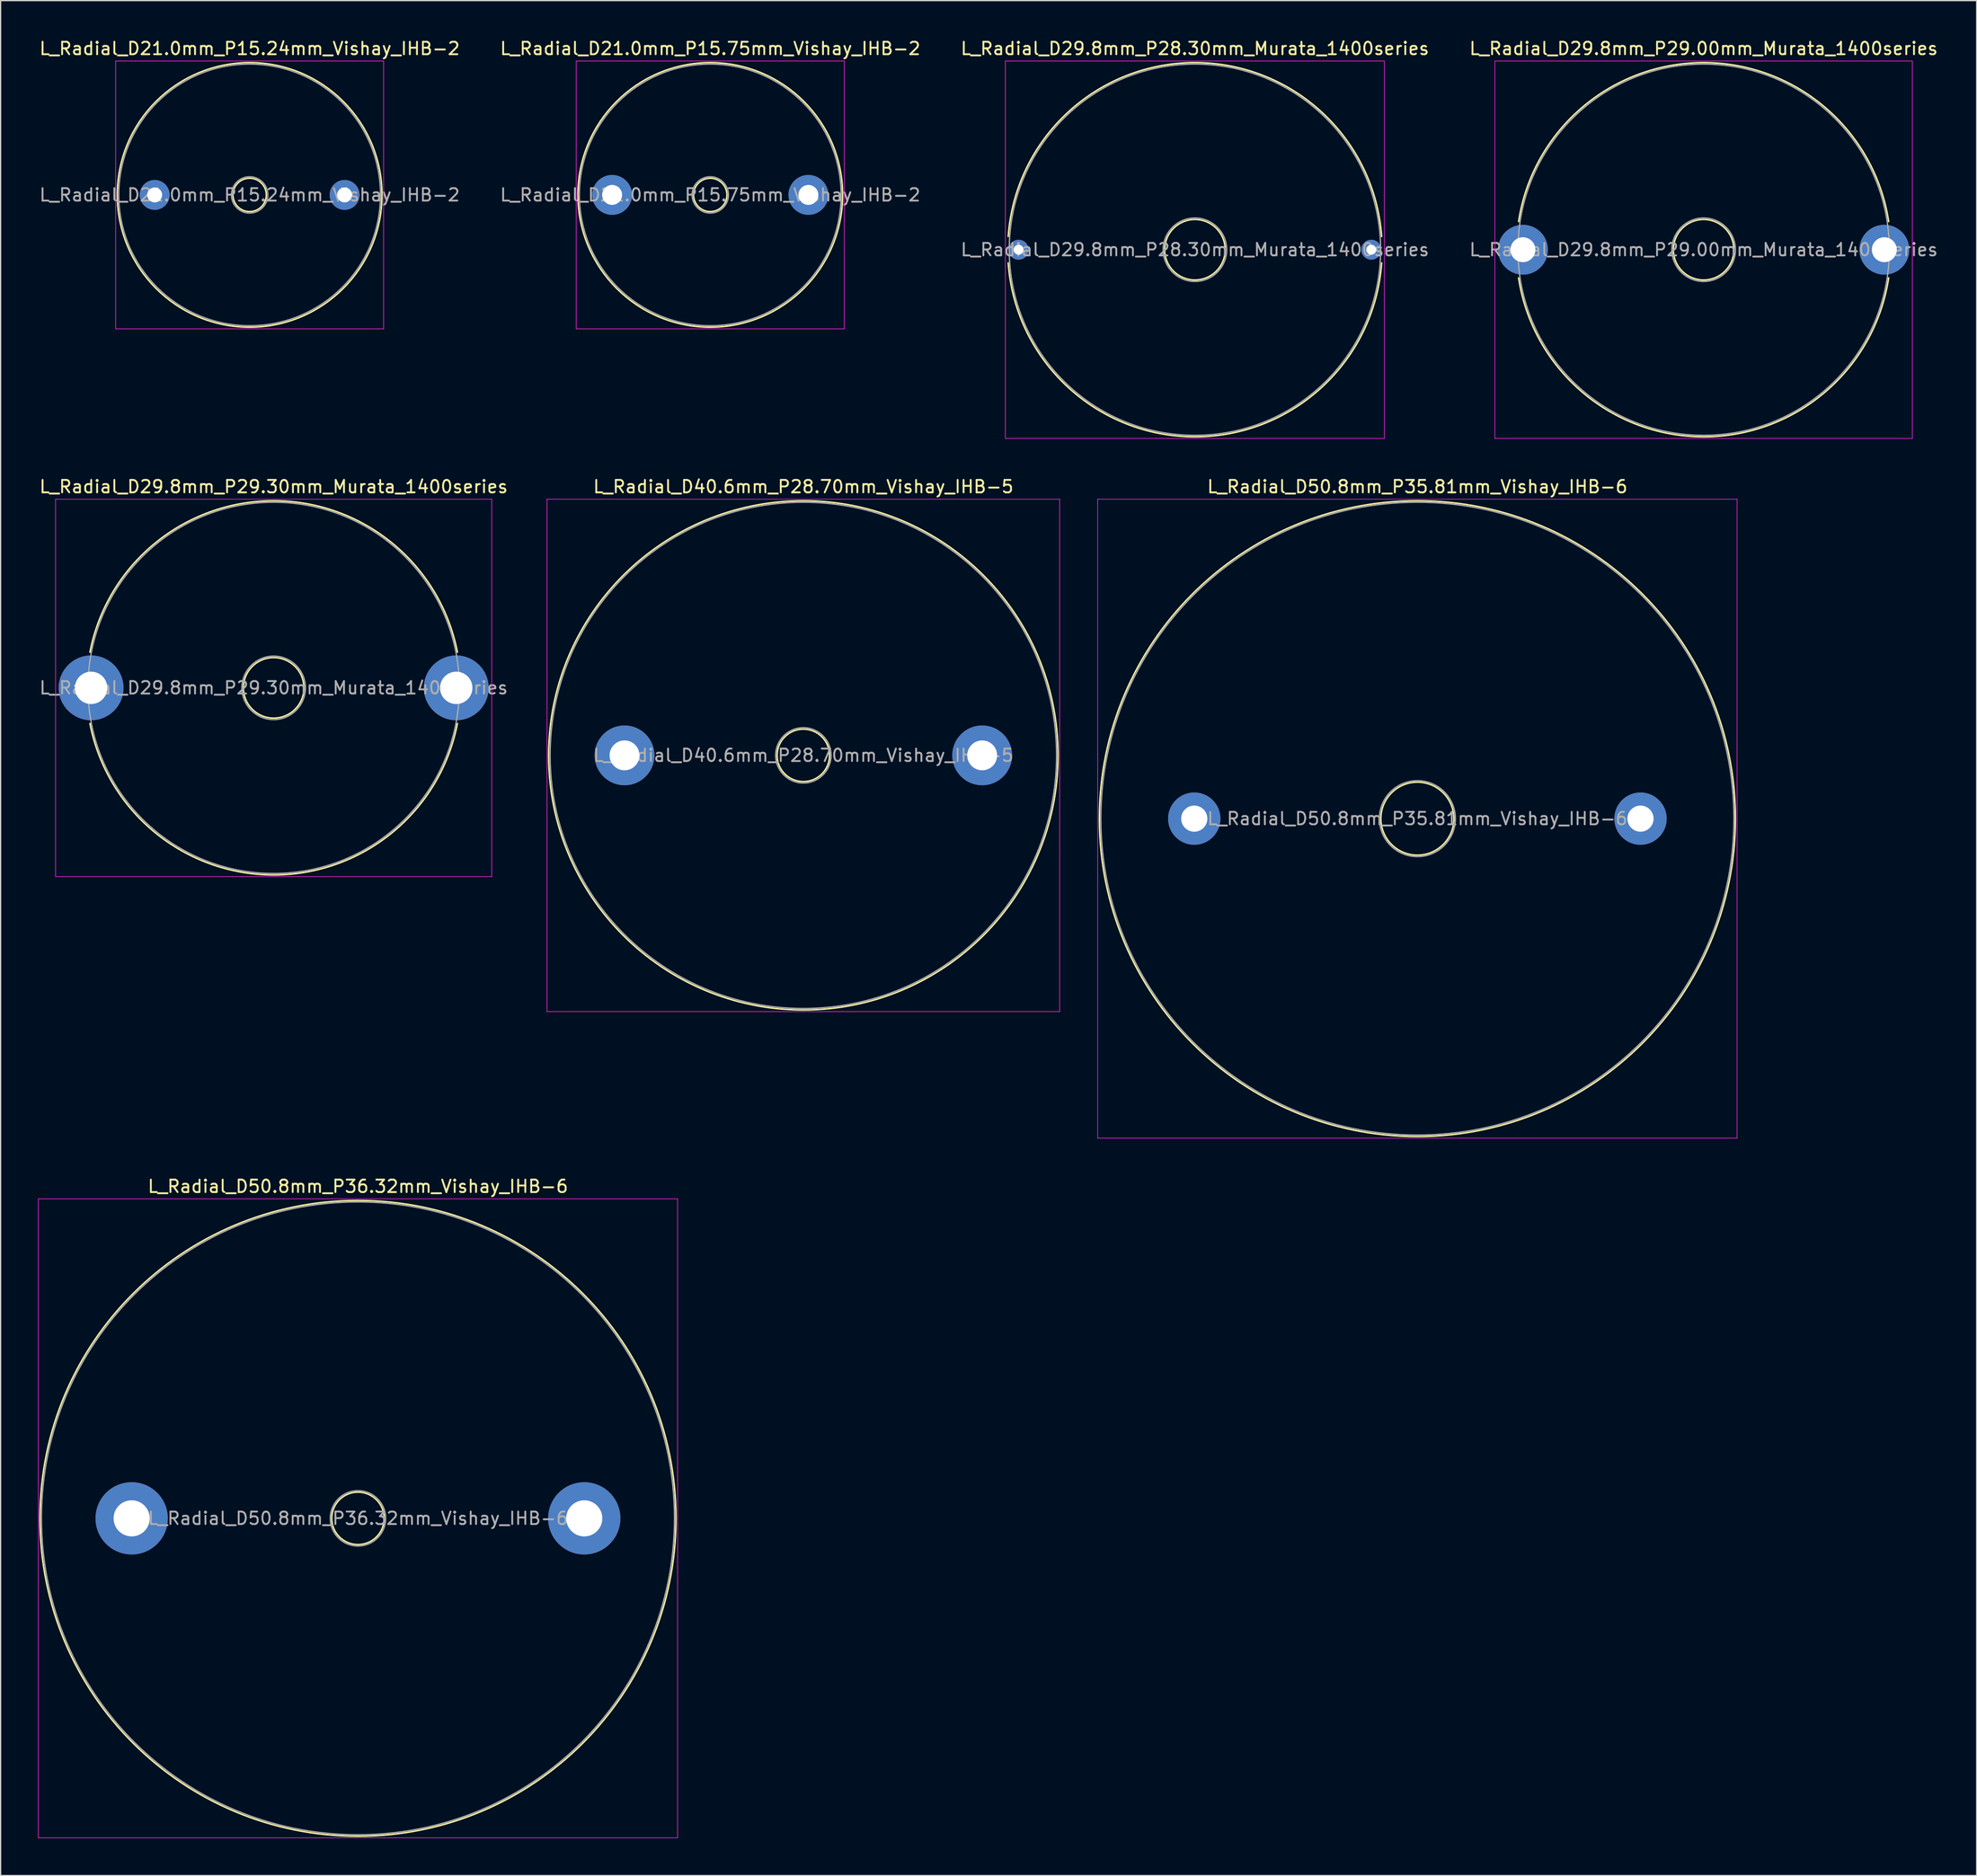
<source format=kicad_pcb>
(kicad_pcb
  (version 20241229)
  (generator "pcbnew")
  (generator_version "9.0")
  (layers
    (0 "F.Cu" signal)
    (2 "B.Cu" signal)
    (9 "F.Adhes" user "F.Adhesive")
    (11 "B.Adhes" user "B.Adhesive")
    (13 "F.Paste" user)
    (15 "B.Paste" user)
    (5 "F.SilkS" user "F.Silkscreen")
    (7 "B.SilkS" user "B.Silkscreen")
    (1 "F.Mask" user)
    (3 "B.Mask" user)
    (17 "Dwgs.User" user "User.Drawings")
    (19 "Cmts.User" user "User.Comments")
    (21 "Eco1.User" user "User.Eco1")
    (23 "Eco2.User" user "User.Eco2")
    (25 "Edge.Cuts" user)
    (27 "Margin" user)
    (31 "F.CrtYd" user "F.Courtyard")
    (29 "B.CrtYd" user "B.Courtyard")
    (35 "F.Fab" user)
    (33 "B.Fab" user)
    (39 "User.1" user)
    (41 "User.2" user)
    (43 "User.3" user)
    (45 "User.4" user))
  (footprint "L_Radial_D21.0mm_P15.24mm_Vishay_IHB-2"
    (layer "F.Cu")
    (at 9.362 12.598)
    (property "Reference" "L_Radial_D21.0mm_P15.24mm_Vishay_IHB-2" (at 7.62 -11.75 0) (layer "F.SilkS") (effects (font (size 1 1) (thickness 0.15))))
    (attr through_hole)
    (fp_circle (center 7.62 0) (end 8.96 0) (stroke (width 0.12) (type solid)) (fill no) (layer "F.SilkS"))
    (fp_circle (center 7.62 0) (end 18.24 0) (stroke (width 0.12) (type solid)) (fill no) (layer "F.SilkS"))
    (fp_line (start -3.13 -10.75) (end -3.13 10.75) (stroke (width 0.05) (type solid)) (layer "F.CrtYd"))
    (fp_line (start -3.13 10.75) (end 18.37 10.75) (stroke (width 0.05) (type solid)) (layer "F.CrtYd"))
    (fp_line (start 18.37 -10.75) (end -3.13 -10.75) (stroke (width 0.05) (type solid)) (layer "F.CrtYd"))
    (fp_line (start 18.37 10.75) (end 18.37 -10.75) (stroke (width 0.05) (type solid)) (layer "F.CrtYd"))
    (fp_circle (center 7.62 0) (end 9.08 0) (stroke (width 0.1) (type solid)) (fill no) (layer "F.Fab"))
    (fp_circle (center 7.62 0) (end 18.12 0) (stroke (width 0.1) (type solid)) (fill no) (layer "F.Fab"))
    (fp_text user "${REFERENCE}" (at 7.62 0 0) (layer "F.Fab") (effects (font (size 1 1) (thickness 0.15))))
    (pad "1" thru_hole circle (at 0 0) (size 2.4 2.4) (drill 1.2) (layers "*.Cu" "*.Mask"))
    (pad "2" thru_hole circle (at 15.24 0) (size 2.4 2.4) (drill 1.2) (layers "*.Cu" "*.Mask")))
  (footprint "L_Radial_D40.6mm_P28.70mm_Vishay_IHB-5"
    (layer "F.Cu")
    (at 47.066 57.592)
    (property "Reference" "L_Radial_D40.6mm_P28.70mm_Vishay_IHB-5" (at 14.35 -21.57 0) (layer "F.SilkS") (effects (font (size 1 1) (thickness 0.15))))
    (attr through_hole)
    (fp_circle (center 14.35 0) (end 16.455 0) (stroke (width 0.12) (type solid)) (fill no) (layer "F.SilkS"))
    (fp_circle (center 14.35 0) (end 34.79 0) (stroke (width 0.12) (type solid)) (fill no) (layer "F.SilkS"))
    (fp_line (start -6.22 -20.57) (end -6.22 20.57) (stroke (width 0.05) (type solid)) (layer "F.CrtYd"))
    (fp_line (start -6.22 20.57) (end 34.92 20.57) (stroke (width 0.05) (type solid)) (layer "F.CrtYd"))
    (fp_line (start 34.92 -20.57) (end -6.22 -20.57) (stroke (width 0.05) (type solid)) (layer "F.CrtYd"))
    (fp_line (start 34.92 20.57) (end 34.92 -20.57) (stroke (width 0.05) (type solid)) (layer "F.CrtYd"))
    (fp_circle (center 14.35 0) (end 16.575 0) (stroke (width 0.1) (type solid)) (fill no) (layer "F.Fab"))
    (fp_circle (center 14.35 0) (end 34.67 0) (stroke (width 0.1) (type solid)) (fill no) (layer "F.Fab"))
    (fp_text user "${REFERENCE}" (at 14.35 0 0) (layer "F.Fab") (effects (font (size 1 1) (thickness 0.15))))
    (pad "1" thru_hole circle (at 0 0) (size 4.8 4.8) (drill 2.4) (layers "*.Cu" "*.Mask"))
    (pad "2" thru_hole circle (at 28.7 0) (size 4.8 4.8) (drill 2.4) (layers "*.Cu" "*.Mask")))
  (footprint "L_Radial_D21.0mm_P15.75mm_Vishay_IHB-2"
    (layer "F.Cu")
    (at 46.071 12.598)
    (property "Reference" "L_Radial_D21.0mm_P15.75mm_Vishay_IHB-2" (at 7.875 -11.75 0) (layer "F.SilkS") (effects (font (size 1 1) (thickness 0.15))))
    (attr through_hole)
    (fp_circle (center 7.875 0) (end 9.215 0) (stroke (width 0.12) (type solid)) (fill no) (layer "F.SilkS"))
    (fp_circle (center 7.875 0) (end 18.495 0) (stroke (width 0.12) (type solid)) (fill no) (layer "F.SilkS"))
    (fp_line (start -2.88 -10.75) (end -2.88 10.75) (stroke (width 0.05) (type solid)) (layer "F.CrtYd"))
    (fp_line (start -2.88 10.75) (end 18.63 10.75) (stroke (width 0.05) (type solid)) (layer "F.CrtYd"))
    (fp_line (start 18.63 -10.75) (end -2.88 -10.75) (stroke (width 0.05) (type solid)) (layer "F.CrtYd"))
    (fp_line (start 18.63 10.75) (end 18.63 -10.75) (stroke (width 0.05) (type solid)) (layer "F.CrtYd"))
    (fp_circle (center 7.875 0) (end 9.335 0) (stroke (width 0.1) (type solid)) (fill no) (layer "F.Fab"))
    (fp_circle (center 7.875 0) (end 18.375 0) (stroke (width 0.1) (type solid)) (fill no) (layer "F.Fab"))
    (fp_text user "${REFERENCE}" (at 7.875 0 0) (layer "F.Fab") (effects (font (size 1 1) (thickness 0.15))))
    (pad "1" thru_hole circle (at 0 0) (size 3.2 3.2) (drill 1.6) (layers "*.Cu" "*.Mask"))
    (pad "2" thru_hole circle (at 15.75 0) (size 3.2 3.2) (drill 1.6) (layers "*.Cu" "*.Mask")))
  (footprint "L_Radial_D50.8mm_P36.32mm_Vishay_IHB-6"
    (layer "F.Cu")
    (at 7.515 118.845)
    (property "Reference" "L_Radial_D50.8mm_P36.32mm_Vishay_IHB-6" (at 18.16 -26.65 0) (layer "F.SilkS") (effects (font (size 1 1) (thickness 0.15))))
    (attr through_hole)
    (fp_circle (center 18.16 0) (end 20.265 0) (stroke (width 0.12) (type solid)) (fill no) (layer "F.SilkS"))
    (fp_circle (center 18.16 0) (end 43.68 0) (stroke (width 0.12) (type solid)) (fill no) (layer "F.SilkS"))
    (fp_line (start -7.49 -25.65) (end -7.49 25.65) (stroke (width 0.05) (type solid)) (layer "F.CrtYd"))
    (fp_line (start -7.49 25.65) (end 43.81 25.65) (stroke (width 0.05) (type solid)) (layer "F.CrtYd"))
    (fp_line (start 43.81 -25.65) (end -7.49 -25.65) (stroke (width 0.05) (type solid)) (layer "F.CrtYd"))
    (fp_line (start 43.81 25.65) (end 43.81 -25.65) (stroke (width 0.05) (type solid)) (layer "F.CrtYd"))
    (fp_circle (center 18.16 0) (end 20.385 0) (stroke (width 0.1) (type solid)) (fill no) (layer "F.Fab"))
    (fp_circle (center 18.16 0) (end 43.56 0) (stroke (width 0.1) (type solid)) (fill no) (layer "F.Fab"))
    (fp_text user "${REFERENCE}" (at 18.16 0 0) (layer "F.Fab") (effects (font (size 1 1) (thickness 0.15))))
    (pad "1" thru_hole circle (at 0 0) (size 5.8 5.8) (drill 2.9) (layers "*.Cu" "*.Mask"))
    (pad "2" thru_hole circle (at 36.32 0) (size 5.8 5.8) (drill 2.9) (layers "*.Cu" "*.Mask")))
  (footprint "L_Radial_D29.8mm_P28.30mm_Murata_1400series"
    (layer "F.Cu")
    (at 78.689 16.998)
    (property "Reference" "L_Radial_D29.8mm_P28.30mm_Murata_1400series" (at 14.15 -16.15 0) (layer "F.SilkS") (effects (font (size 1 1) (thickness 0.15))))
    (attr through_hole)
    (fp_arc (start -0.83255 -1.06) (mid 14.15 -15.02) (end 29.13255 -1.06) (stroke (width 0.12) (type solid)) (layer "F.SilkS"))
    (fp_arc (start 29.13255 1.06) (mid 14.15 15.02) (end -0.83255 1.06) (stroke (width 0.12) (type solid)) (layer "F.SilkS"))
    (fp_circle (center 14.15 0) (end 16.58 0) (stroke (width 0.12) (type solid)) (fill no) (layer "F.SilkS"))
    (fp_line (start -1.06 -15.15) (end -1.06 15.15) (stroke (width 0.05) (type solid)) (layer "F.CrtYd"))
    (fp_line (start -1.06 15.15) (end 29.35 15.15) (stroke (width 0.05) (type solid)) (layer "F.CrtYd"))
    (fp_line (start 29.35 -15.15) (end -1.06 -15.15) (stroke (width 0.05) (type solid)) (layer "F.CrtYd"))
    (fp_line (start 29.35 15.15) (end 29.35 -15.15) (stroke (width 0.05) (type solid)) (layer "F.CrtYd"))
    (fp_circle (center 14.15 0) (end 16.7 0) (stroke (width 0.1) (type solid)) (fill no) (layer "F.Fab"))
    (fp_circle (center 14.15 0) (end 29.05 0) (stroke (width 0.1) (type solid)) (fill no) (layer "F.Fab"))
    (fp_text user "${REFERENCE}" (at 14.15 0 0) (layer "F.Fab") (effects (font (size 1 1) (thickness 0.15))))
    (pad "1" thru_hole circle (at 0 0) (size 1.6 1.6) (drill 0.8) (layers "*.Cu" "*.Mask"))
    (pad "2" thru_hole circle (at 28.3 0) (size 1.6 1.6) (drill 0.8) (layers "*.Cu" "*.Mask")))
  (footprint "L_Radial_D50.8mm_P35.81mm_Vishay_IHB-6"
    (layer "F.Cu")
    (at 92.786 62.672)
    (property "Reference" "L_Radial_D50.8mm_P35.81mm_Vishay_IHB-6" (at 17.905 -26.65 0) (layer "F.SilkS") (effects (font (size 1 1) (thickness 0.15))))
    (attr through_hole)
    (fp_circle (center 17.905 0) (end 20.835 0) (stroke (width 0.12) (type solid)) (fill no) (layer "F.SilkS"))
    (fp_circle (center 17.905 0) (end 43.425 0) (stroke (width 0.12) (type solid)) (fill no) (layer "F.SilkS"))
    (fp_line (start -7.75 -25.65) (end -7.75 25.65) (stroke (width 0.05) (type solid)) (layer "F.CrtYd"))
    (fp_line (start -7.75 25.65) (end 43.56 25.65) (stroke (width 0.05) (type solid)) (layer "F.CrtYd"))
    (fp_line (start 43.56 -25.65) (end -7.75 -25.65) (stroke (width 0.05) (type solid)) (layer "F.CrtYd"))
    (fp_line (start 43.56 25.65) (end 43.56 -25.65) (stroke (width 0.05) (type solid)) (layer "F.CrtYd"))
    (fp_circle (center 17.905 0) (end 20.955 0) (stroke (width 0.1) (type solid)) (fill no) (layer "F.Fab"))
    (fp_circle (center 17.905 0) (end 43.305 0) (stroke (width 0.1) (type solid)) (fill no) (layer "F.Fab"))
    (fp_text user "${REFERENCE}" (at 17.905 0 0) (layer "F.Fab") (effects (font (size 1 1) (thickness 0.15))))
    (pad "1" thru_hole circle (at 0 0) (size 4.2 4.2) (drill 2.1) (layers "*.Cu" "*.Mask"))
    (pad "2" thru_hole circle (at 35.81 0) (size 4.2 4.2) (drill 2.1) (layers "*.Cu" "*.Mask")))
  (footprint "L_Radial_D29.8mm_P29.00mm_Murata_1400series"
    (layer "F.Cu")
    (at 119.161 16.998)
    (property "Reference" "L_Radial_D29.8mm_P29.00mm_Murata_1400series" (at 14.5 -16.15 0) (layer "F.SilkS") (effects (font (size 1 1) (thickness 0.15))))
    (attr through_hole)
    (fp_arc (start -0.349 -2.26) (mid 14.5 -15.02) (end 29.349 -2.26) (stroke (width 0.12) (type solid)) (layer "F.SilkS"))
    (fp_arc (start 29.349 2.26) (mid 14.5 15.02) (end -0.349 2.26) (stroke (width 0.12) (type solid)) (layer "F.SilkS"))
    (fp_circle (center 14.5 0) (end 16.93 0) (stroke (width 0.12) (type solid)) (fill no) (layer "F.SilkS"))
    (fp_line (start -2.25 -15.15) (end -2.25 15.15) (stroke (width 0.05) (type solid)) (layer "F.CrtYd"))
    (fp_line (start -2.25 15.15) (end 31.25 15.15) (stroke (width 0.05) (type solid)) (layer "F.CrtYd"))
    (fp_line (start 31.25 -15.15) (end -2.25 -15.15) (stroke (width 0.05) (type solid)) (layer "F.CrtYd"))
    (fp_line (start 31.25 15.15) (end 31.25 -15.15) (stroke (width 0.05) (type solid)) (layer "F.CrtYd"))
    (fp_circle (center 14.5 0) (end 17.05 0) (stroke (width 0.1) (type solid)) (fill no) (layer "F.Fab"))
    (fp_circle (center 14.5 0) (end 29.4 0) (stroke (width 0.1) (type solid)) (fill no) (layer "F.Fab"))
    (fp_text user "${REFERENCE}" (at 14.5 0 0) (layer "F.Fab") (effects (font (size 1 1) (thickness 0.15))))
    (pad "1" thru_hole circle (at 0 0) (size 4 4) (drill 2) (layers "*.Cu" "*.Mask"))
    (pad "2" thru_hole circle (at 29 0) (size 4 4) (drill 2) (layers "*.Cu" "*.Mask")))
  (footprint "L_Radial_D29.8mm_P29.30mm_Murata_1400series"
    (layer "F.Cu")
    (at 4.261 52.172)
    (property "Reference" "L_Radial_D29.8mm_P29.30mm_Murata_1400series" (at 14.65 -16.15 0) (layer "F.SilkS") (effects (font (size 1 1) (thickness 0.15))))
    (attr through_hole)
    (fp_arc (start -0.095196 -2.86) (mid 14.65 -15.02) (end 29.395196 -2.86) (stroke (width 0.12) (type solid)) (layer "F.SilkS"))
    (fp_arc (start 29.395196 2.86) (mid 14.65 15.02) (end -0.095196 2.86) (stroke (width 0.12) (type solid)) (layer "F.SilkS"))
    (fp_circle (center 14.65 0) (end 17.08 0) (stroke (width 0.12) (type solid)) (fill no) (layer "F.SilkS"))
    (fp_line (start -2.85 -15.15) (end -2.85 15.15) (stroke (width 0.05) (type solid)) (layer "F.CrtYd"))
    (fp_line (start -2.85 15.15) (end 32.15 15.15) (stroke (width 0.05) (type solid)) (layer "F.CrtYd"))
    (fp_line (start 32.15 -15.15) (end -2.85 -15.15) (stroke (width 0.05) (type solid)) (layer "F.CrtYd"))
    (fp_line (start 32.15 15.15) (end 32.15 -15.15) (stroke (width 0.05) (type solid)) (layer "F.CrtYd"))
    (fp_circle (center 14.65 0) (end 17.2 0) (stroke (width 0.1) (type solid)) (fill no) (layer "F.Fab"))
    (fp_circle (center 14.65 0) (end 29.55 0) (stroke (width 0.1) (type solid)) (fill no) (layer "F.Fab"))
    (fp_text user "${REFERENCE}" (at 14.65 0 0) (layer "F.Fab") (effects (font (size 1 1) (thickness 0.15))))
    (pad "1" thru_hole circle (at 0 0) (size 5.2 5.2) (drill 2.6) (layers "*.Cu" "*.Mask"))
    (pad "2" thru_hole circle (at 29.3 0) (size 5.2 5.2) (drill 2.6) (layers "*.Cu" "*.Mask")))
  (gr_rect
    (start -3 -3)
    (end 155.571 147.52)
    (stroke (width 0.1) (type default))
    (fill no)
    (layer "Edge.Cuts")))
</source>
